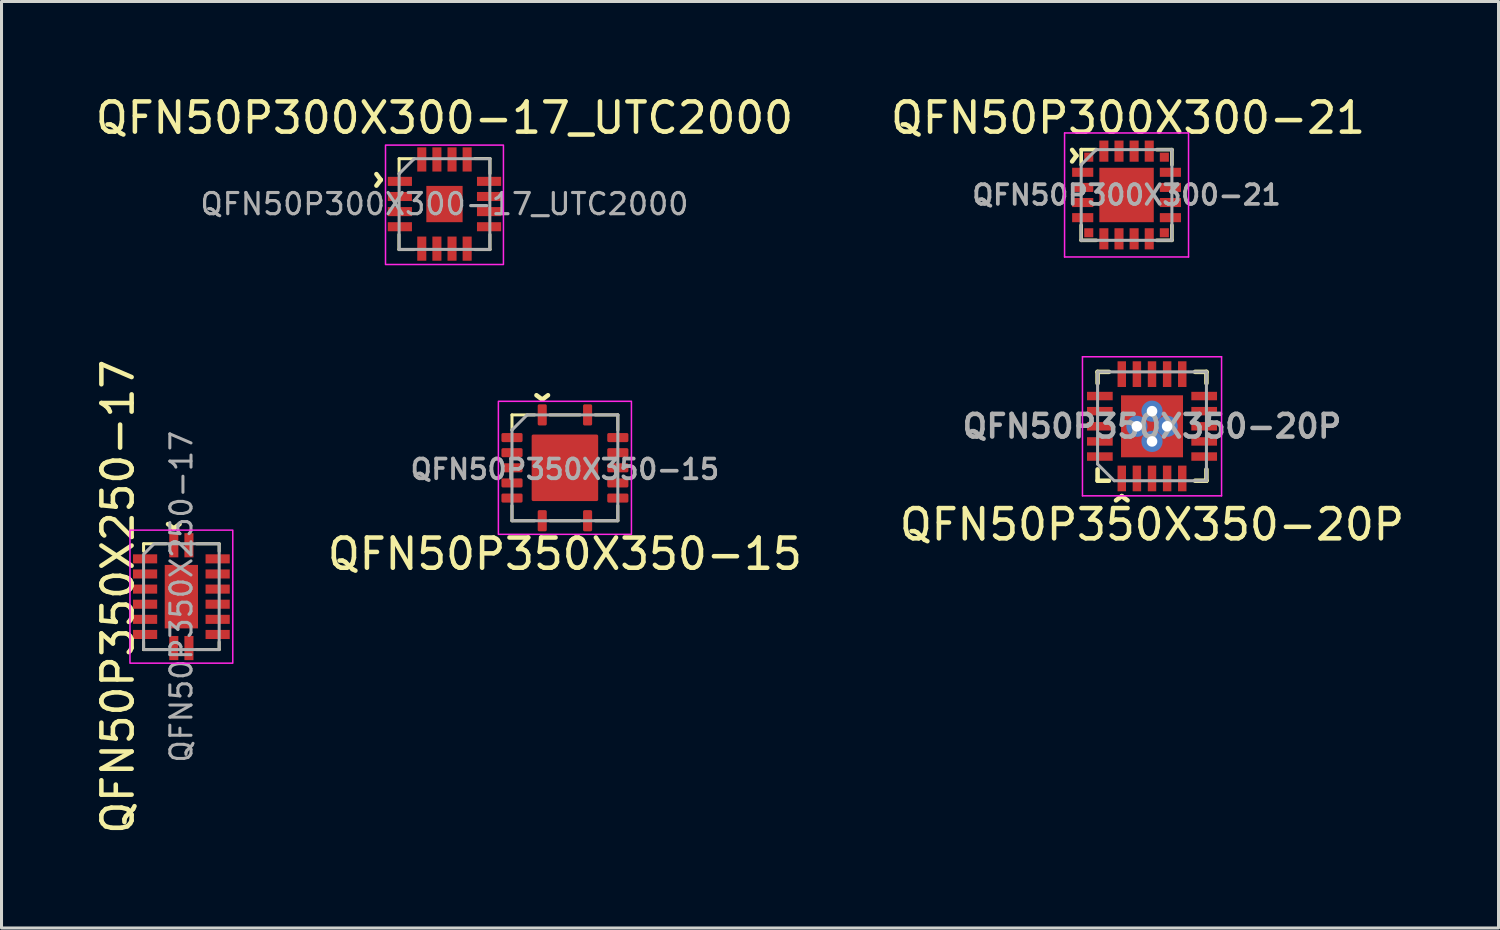
<source format=kicad_pcb>
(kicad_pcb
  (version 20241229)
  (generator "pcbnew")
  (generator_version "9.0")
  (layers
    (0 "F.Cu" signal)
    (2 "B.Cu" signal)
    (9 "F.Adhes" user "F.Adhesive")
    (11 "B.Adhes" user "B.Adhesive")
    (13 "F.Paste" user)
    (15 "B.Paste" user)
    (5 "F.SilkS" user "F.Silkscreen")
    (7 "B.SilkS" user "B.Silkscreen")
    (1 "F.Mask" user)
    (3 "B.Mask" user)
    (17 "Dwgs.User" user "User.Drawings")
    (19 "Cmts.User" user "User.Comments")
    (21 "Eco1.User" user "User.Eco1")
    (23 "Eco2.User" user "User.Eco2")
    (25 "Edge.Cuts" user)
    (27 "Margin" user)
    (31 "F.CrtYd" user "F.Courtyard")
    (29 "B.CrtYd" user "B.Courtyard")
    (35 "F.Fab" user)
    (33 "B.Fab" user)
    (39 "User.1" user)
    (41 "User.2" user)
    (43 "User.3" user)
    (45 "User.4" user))
  (footprint "QFN50P350X350-20P"
    (layer "F.Cu")
    (at 35.048 11.048)
    (property "Reference" "QFN50P350X350-20P" (at 0 3.25 0) (layer "F.SilkS") (effects (font (size 1 1) (thickness 0.15))))
    (attr smd)
    (fp_line (start -1.8 -1.8) (end -1.8 -1.425) (stroke (width 0.15) (type solid)) (layer "F.SilkS"))
    (fp_line (start -1.8 -1.8) (end -1.425 -1.8) (stroke (width 0.15) (type solid)) (layer "F.SilkS"))
    (fp_line (start -1.8 1.8) (end -1.8 1.425) (stroke (width 0.15) (type solid)) (layer "F.SilkS"))
    (fp_line (start -1.8 1.8) (end -1.425 1.8) (stroke (width 0.15) (type solid)) (layer "F.SilkS"))
    (fp_line (start 1.8 -1.8) (end 1.425 -1.8) (stroke (width 0.15) (type solid)) (layer "F.SilkS"))
    (fp_line (start 1.8 -1.8) (end 1.8 -1.425) (stroke (width 0.15) (type solid)) (layer "F.SilkS"))
    (fp_line (start 1.8 1.8) (end 1.425 1.8) (stroke (width 0.15) (type solid)) (layer "F.SilkS"))
    (fp_line (start 1.8 1.8) (end 1.8 1.425) (stroke (width 0.15) (type solid)) (layer "F.SilkS"))
    (fp_line (start -2.3 -2.3) (end 2.3 -2.3) (stroke (width 0.05) (type solid)) (layer "F.CrtYd"))
    (fp_line (start -2.3 2.3) (end -2.3 -2.3) (stroke (width 0.05) (type solid)) (layer "F.CrtYd"))
    (fp_line (start -2.3 2.3) (end 2.3 2.3) (stroke (width 0.05) (type solid)) (layer "F.CrtYd"))
    (fp_line (start 2.3 2.3) (end 2.3 -2.3) (stroke (width 0.05) (type solid)) (layer "F.CrtYd"))
    (fp_line (start -1.8 -1.8) (end -1.8 1.25) (stroke (width 0.1) (type solid)) (layer "F.Fab"))
    (fp_line (start -1.8 1.25) (end -1.25 1.8) (stroke (width 0.1) (type solid)) (layer "F.Fab"))
    (fp_line (start -1.25 1.8) (end 1.8 1.8) (stroke (width 0.1) (type solid)) (layer "F.Fab"))
    (fp_line (start 1.8 -1.8) (end -1.8 -1.8) (stroke (width 0.1) (type solid)) (layer "F.Fab"))
    (fp_line (start 1.8 1.8) (end 1.8 -1.8) (stroke (width 0.1) (type solid)) (layer "F.Fab"))
    (fp_text user "^" (at -1 2.9 0) (unlocked yes) (layer "F.SilkS") (effects (font (size 1 1) (thickness 0.15))))
    (fp_text user "${REFERENCE}" (at 0 0 0) (unlocked yes) (layer "F.Fab") (effects (font (size 0.75 0.75) (thickness 0.15))))
    (pad "1" smd rect (at -1 1.725) (size 0.28 0.85) (layers "F.Cu" "F.Mask" "F.Paste"))
    (pad "2" smd rect (at -0.5 1.725) (size 0.28 0.85) (layers "F.Cu" "F.Mask" "F.Paste"))
    (pad "3" smd rect (at 0 1.725) (size 0.28 0.85) (layers "F.Cu" "F.Mask" "F.Paste"))
    (pad "4" smd rect (at 0.5 1.725) (size 0.28 0.85) (layers "F.Cu" "F.Mask" "F.Paste"))
    (pad "5" smd rect (at 1 1.725) (size 0.28 0.85) (layers "F.Cu" "F.Mask" "F.Paste"))
    (pad "6" smd rect (at 1.725 1 90) (size 0.28 0.85) (layers "F.Cu" "F.Mask" "F.Paste"))
    (pad "7" smd rect (at 1.725 0.5 90) (size 0.28 0.85) (layers "F.Cu" "F.Mask" "F.Paste"))
    (pad "8" smd rect (at 1.725 0 90) (size 0.28 0.85) (layers "F.Cu" "F.Mask" "F.Paste"))
    (pad "9" smd rect (at 1.725 -0.5 90) (size 0.28 0.85) (layers "F.Cu" "F.Mask" "F.Paste"))
    (pad "10" smd rect (at 1.725 -1 90) (size 0.28 0.85) (layers "F.Cu" "F.Mask" "F.Paste"))
    (pad "11" smd rect (at 1 -1.725) (size 0.28 0.85) (layers "F.Cu" "F.Mask" "F.Paste"))
    (pad "12" smd rect (at 0.5 -1.725) (size 0.28 0.85) (layers "F.Cu" "F.Mask" "F.Paste"))
    (pad "13" smd rect (at 0 -1.725) (size 0.28 0.85) (layers "F.Cu" "F.Mask" "F.Paste"))
    (pad "14" smd rect (at -0.5 -1.725) (size 0.28 0.85) (layers "F.Cu" "F.Mask" "F.Paste"))
    (pad "15" smd rect (at -1 -1.725) (size 0.28 0.85) (layers "F.Cu" "F.Mask" "F.Paste"))
    (pad "16" smd rect (at -1.725 -1 90) (size 0.28 0.85) (layers "F.Cu" "F.Mask" "F.Paste"))
    (pad "17" smd rect (at -1.725 -0.5 90) (size 0.28 0.85) (layers "F.Cu" "F.Mask" "F.Paste"))
    (pad "18" smd rect (at -1.725 0 90) (size 0.28 0.85) (layers "F.Cu" "F.Mask" "F.Paste"))
    (pad "19" smd rect (at -1.725 0.5 90) (size 0.28 0.85) (layers "F.Cu" "F.Mask" "F.Paste"))
    (pad "20" smd rect (at -1.725 1 90) (size 0.28 0.85) (layers "F.Cu" "F.Mask" "F.Paste"))
    (pad "21" smd rect (at -0.575 -0.575) (size 0.82 0.82) (layers "F.Cu" "F.Paste"))
    (pad "21" smd rect (at -0.575 0.575) (size 0.82 0.82) (layers "F.Cu" "F.Paste"))
    (pad "21" thru_hole circle (at -0.5 0) (size 0.7 0.7) (drill 0.35) (layers "*.Cu"))
    (pad "21" thru_hole circle (at 0 -0.5) (size 0.7 0.7) (drill 0.35) (layers "*.Cu"))
    (pad "21" smd rect (at 0 0) (size 2.05 2.05) (layers "F.Cu" "F.Mask"))
    (pad "21" thru_hole circle (at 0 0.5) (size 0.7 0.7) (drill 0.35) (layers "*.Cu"))
    (pad "21" thru_hole circle (at 0.5 0) (size 0.7 0.7) (drill 0.35) (layers "*.Cu"))
    (pad "21" smd rect (at 0.575 -0.575) (size 0.82 0.82) (layers "F.Cu" "F.Paste"))
    (pad "21" smd rect (at 0.575 0.575) (size 0.82 0.82) (layers "F.Cu" "F.Paste")))
  (footprint "QFN50P300X300-21"
    (layer "F.Cu")
    (at 34.206 3.398)
    (property "Reference" "QFN50P300X300-21" (at 0.05 -2.55 0) (layer "F.SilkS") (effects (font (size 1 1) (thickness 0.15))))
    (attr smd)
    (fp_line (start -1.5 -1.5) (end -1 -1.5) (stroke (width 0.12) (type solid)) (layer "F.SilkS"))
    (fp_line (start -1.5 -1) (end -1.5 -1.5) (stroke (width 0.12) (type solid)) (layer "F.SilkS"))
    (fp_line (start -1.5 1.5) (end -1.5 1) (stroke (width 0.12) (type solid)) (layer "F.SilkS"))
    (fp_line (start -1 1.5) (end -1.5 1.5) (stroke (width 0.12) (type solid)) (layer "F.SilkS"))
    (fp_line (start 1 -1.5) (end 1.5 -1.5) (stroke (width 0.12) (type solid)) (layer "F.SilkS"))
    (fp_line (start 1 1.5) (end 1.5 1.5) (stroke (width 0.12) (type solid)) (layer "F.SilkS"))
    (fp_line (start 1.5 -1.5) (end 1.5 -1) (stroke (width 0.12) (type solid)) (layer "F.SilkS"))
    (fp_line (start 1.5 1.5) (end 1.5 1) (stroke (width 0.12) (type solid)) (layer "F.SilkS"))
    (fp_line (start -2.05 -2.05) (end -2.05 2.05) (stroke (width 0.05) (type solid)) (layer "F.CrtYd"))
    (fp_line (start -2.05 2.05) (end 2.05 2.05) (stroke (width 0.05) (type solid)) (layer "F.CrtYd"))
    (fp_line (start 2.05 -2.05) (end -2.05 -2.05) (stroke (width 0.05) (type solid)) (layer "F.CrtYd"))
    (fp_line (start 2.05 2.05) (end 2.05 -2.05) (stroke (width 0.05) (type solid)) (layer "F.CrtYd"))
    (fp_line (start -1.5 -1) (end -1.5 1.5) (stroke (width 0.1) (type solid)) (layer "F.Fab"))
    (fp_line (start -1.5 1.5) (end 1.5 1.5) (stroke (width 0.1) (type solid)) (layer "F.Fab"))
    (fp_line (start -1 -1.5) (end -1.5 -1) (stroke (width 0.1) (type solid)) (layer "F.Fab"))
    (fp_line (start 1.5 -1.5) (end -1 -1.5) (stroke (width 0.1) (type solid)) (layer "F.Fab"))
    (fp_line (start 1.5 1.5) (end 1.5 -1.5) (stroke (width 0.1) (type solid)) (layer "F.Fab"))
    (fp_text user "^" (at -2.25 -1.3 270) (unlocked yes) (layer "F.SilkS") (effects (font (size 1 1) (thickness 0.15))))
    (fp_text user "${REFERENCE}" (at 0 0 0) (layer "F.Fab") (effects (font (size 0.65 0.65) (thickness 0.125))))
    (pad "" smd rect (at -0.45 -0.45) (size 0.54 0.54) (layers "F.Paste"))
    (pad "" smd rect (at -0.45 0.45) (size 0.54 0.54) (layers "F.Paste"))
    (pad "" smd rect (at 0.45 -0.45) (size 0.54 0.54) (layers "F.Paste"))
    (pad "" smd rect (at 0.45 0.45) (size 0.54 0.54) (layers "F.Paste"))
    (pad "1" smd rect (at -1.25 -1.25) (size 0.3 0.3) (layers "F.Cu" "F.Mask" "F.Paste"))
    (pad "2" smd rect (at -1.45 -0.75) (size 0.7 0.3) (layers "F.Cu" "F.Mask" "F.Paste"))
    (pad "3" smd rect (at -1.45 -0.25) (size 0.7 0.3) (layers "F.Cu" "F.Mask" "F.Paste"))
    (pad "4" smd rect (at -1.45 0.25) (size 0.7 0.3) (layers "F.Cu" "F.Mask" "F.Paste"))
    (pad "5" smd rect (at -1.45 0.75) (size 0.7 0.3) (layers "F.Cu" "F.Mask" "F.Paste"))
    (pad "6" smd rect (at -1.25 1.25) (size 0.3 0.3) (layers "F.Cu" "F.Mask" "F.Paste"))
    (pad "7" smd rect (at -0.75 1.45 90) (size 0.7 0.3) (layers "F.Cu" "F.Mask" "F.Paste"))
    (pad "8" smd rect (at -0.25 1.45 90) (size 0.7 0.3) (layers "F.Cu" "F.Mask" "F.Paste"))
    (pad "9" smd rect (at 0.25 1.45 90) (size 0.7 0.3) (layers "F.Cu" "F.Mask" "F.Paste"))
    (pad "10" smd rect (at 0.75 1.45 90) (size 0.7 0.3) (layers "F.Cu" "F.Mask" "F.Paste"))
    (pad "11" smd rect (at 1.25 1.25) (size 0.3 0.3) (layers "F.Cu" "F.Mask" "F.Paste"))
    (pad "12" smd rect (at 1.45 0.75) (size 0.7 0.3) (layers "F.Cu" "F.Mask" "F.Paste"))
    (pad "13" smd rect (at 1.45 0.25) (size 0.7 0.3) (layers "F.Cu" "F.Mask" "F.Paste"))
    (pad "14" smd rect (at 1.45 -0.25) (size 0.7 0.3) (layers "F.Cu" "F.Mask" "F.Paste"))
    (pad "15" smd rect (at 1.45 -0.75) (size 0.7 0.3) (layers "F.Cu" "F.Mask" "F.Paste"))
    (pad "16" smd rect (at 1.25 -1.25) (size 0.3 0.3) (layers "F.Cu" "F.Mask" "F.Paste"))
    (pad "17" smd rect (at 0.75 -1.45 90) (size 0.7 0.3) (layers "F.Cu" "F.Mask" "F.Paste"))
    (pad "18" smd rect (at 0.25 -1.45 90) (size 0.7 0.3) (layers "F.Cu" "F.Mask" "F.Paste"))
    (pad "19" smd rect (at -0.25 -1.45 90) (size 0.7 0.3) (layers "F.Cu" "F.Mask" "F.Paste"))
    (pad "20" smd rect (at -0.75 -1.45 90) (size 0.7 0.3) (layers "F.Cu" "F.Mask" "F.Paste"))
    (pad "21" smd rect (at 0 0) (size 1.8 1.8) (layers "F.Cu" "F.Mask")))
  (footprint "QFN50P350X350-15"
    (layer "F.Cu")
    (at 15.632 12.421)
    (property "Reference" "QFN50P350X350-15" (at 0 2.85 0) (unlocked yes) (layer "F.SilkS") (effects (font (size 1 1) (thickness 0.15))))
    (attr smd)
    (fp_line (start -1.75 -1.75) (end -1 -1.75) (stroke (width 0.1) (type solid)) (layer "F.SilkS"))
    (fp_line (start -1.75 -1.25) (end -1.75 -1.75) (stroke (width 0.1) (type solid)) (layer "F.SilkS"))
    (fp_line (start -1.75 1.75) (end -1.75 1.25) (stroke (width 0.1) (type solid)) (layer "F.SilkS"))
    (fp_line (start -1 1.75) (end -1.75 1.75) (stroke (width 0.1) (type solid)) (layer "F.SilkS"))
    (fp_line (start -0.5 -1.75) (end 0.5 -1.75) (stroke (width 0.1) (type solid)) (layer "F.SilkS"))
    (fp_line (start 0.5 1.75) (end -0.5 1.75) (stroke (width 0.1) (type solid)) (layer "F.SilkS"))
    (fp_line (start 1 -1.75) (end 1.75 -1.75) (stroke (width 0.1) (type solid)) (layer "F.SilkS"))
    (fp_line (start 1.75 -1.75) (end 1.75 -1.25) (stroke (width 0.1) (type solid)) (layer "F.SilkS"))
    (fp_line (start 1.75 1.25) (end 1.75 1.75) (stroke (width 0.1) (type solid)) (layer "F.SilkS"))
    (fp_line (start 1.75 1.75) (end 1 1.75) (stroke (width 0.1) (type solid)) (layer "F.SilkS"))
    (fp_rect (start -2.2 -2.2) (end 2.2 2.2) (stroke (width 0.05) (type solid)) (fill no) (layer "F.CrtYd"))
    (fp_line (start -1.75 1.75) (end -1.75 -1.25) (stroke (width 0.1) (type solid)) (layer "F.Fab"))
    (fp_line (start -1.25 -1.75) (end -1.75 -1.25) (stroke (width 0.1) (type solid)) (layer "F.Fab"))
    (fp_line (start -1.25 -1.75) (end 1.75 -1.75) (stroke (width 0.1) (type solid)) (layer "F.Fab"))
    (fp_line (start 1.75 -1.75) (end 1.75 1.75) (stroke (width 0.1) (type solid)) (layer "F.Fab"))
    (fp_line (start 1.75 1.75) (end -1.75 1.75) (stroke (width 0.1) (type solid)) (layer "F.Fab"))
    (fp_text user "^" (at -0.75 -2.85 180) (unlocked yes) (layer "F.SilkS") (effects (font (size 1 1) (thickness 0.15))))
    (fp_text user "${REFERENCE}" (at 0 0.05 0) (layer "F.Fab") (effects (font (size 0.65 0.65) (thickness 0.125))))
    (pad "" smd roundrect (at -0.6 -0.6) (size 0.9 0.9) (layers "F.Paste") (roundrect_rratio 0.056))
    (pad "" smd roundrect (at -0.6 0.6) (size 0.9 0.9) (layers "F.Paste") (roundrect_rratio 0.056))
    (pad "" smd roundrect (at 0.6 -0.6) (size 0.9 0.9) (layers "F.Paste") (roundrect_rratio 0.056))
    (pad "" smd roundrect (at 0.6 0.6) (size 0.9 0.9) (layers "F.Paste") (roundrect_rratio 0.056))
    (pad "1" smd roundrect (at -0.75 -1.75) (size 0.3 0.7) (layers "F.Cu" "F.Mask" "F.Paste") (roundrect_rratio 0.167))
    (pad "2" smd roundrect (at -1.75 -1 270) (size 0.3 0.7) (layers "F.Cu" "F.Mask" "F.Paste") (roundrect_rratio 0.167))
    (pad "3" smd roundrect (at -1.75 -0.5 270) (size 0.3 0.7) (layers "F.Cu" "F.Mask" "F.Paste") (roundrect_rratio 0.167))
    (pad "4" smd roundrect (at -1.75 0 270) (size 0.3 0.7) (layers "F.Cu" "F.Mask" "F.Paste") (roundrect_rratio 0.167))
    (pad "5" smd roundrect (at -1.75 0.5 270) (size 0.3 0.7) (layers "F.Cu" "F.Mask" "F.Paste") (roundrect_rratio 0.167))
    (pad "6" smd roundrect (at -1.75 1 270) (size 0.3 0.7) (layers "F.Cu" "F.Mask" "F.Paste") (roundrect_rratio 0.167))
    (pad "7" smd roundrect (at -0.75 1.75) (size 0.3 0.7) (layers "F.Cu" "F.Mask" "F.Paste") (roundrect_rratio 0.167))
    (pad "8" smd roundrect (at 0.75 1.75) (size 0.3 0.7) (layers "F.Cu" "F.Mask" "F.Paste") (roundrect_rratio 0.167))
    (pad "9" smd roundrect (at 1.75 1 270) (size 0.3 0.7) (layers "F.Cu" "F.Mask" "F.Paste") (roundrect_rratio 0.167))
    (pad "10" smd roundrect (at 1.75 0.5 270) (size 0.3 0.7) (layers "F.Cu" "F.Mask" "F.Paste") (roundrect_rratio 0.167))
    (pad "11" smd roundrect (at 1.75 0 270) (size 0.3 0.7) (layers "F.Cu" "F.Mask" "F.Paste") (roundrect_rratio 0.167))
    (pad "12" smd roundrect (at 1.75 -0.5 270) (size 0.3 0.7) (layers "F.Cu" "F.Mask" "F.Paste") (roundrect_rratio 0.167))
    (pad "13" smd roundrect (at 1.75 -1 270) (size 0.3 0.7) (layers "F.Cu" "F.Mask" "F.Paste") (roundrect_rratio 0.167))
    (pad "14" smd roundrect (at 0.75 -1.75) (size 0.3 0.7) (layers "F.Cu" "F.Mask" "F.Paste") (roundrect_rratio 0.167))
    (pad "15" smd roundrect (at 0 0) (size 2.2 2.2) (layers "F.Cu" "F.Mask") (roundrect_rratio 0.023)))
  (footprint "QFN50P350X250-17"
    (layer "F.Cu")
    (at 2.948 16.682)
    (property "Reference" "QFN50P350X250-17" (at -2.1 0 90) (unlocked yes) (layer "F.SilkS") (effects (font (size 1 1) (thickness 0.15))))
    (attr smd)
    (fp_line (start -1.25 -1.75) (end -1.25 -1.5) (stroke (width 0.1) (type solid)) (layer "F.SilkS"))
    (fp_line (start -1.25 1.5) (end -1.25 1.75) (stroke (width 0.1) (type solid)) (layer "F.SilkS"))
    (fp_line (start -1.25 1.75) (end -0.5 1.75) (stroke (width 0.1) (type solid)) (layer "F.SilkS"))
    (fp_line (start -0.5 -1.75) (end -1.25 -1.75) (stroke (width 0.1) (type solid)) (layer "F.SilkS"))
    (fp_line (start 0.5 -1.75) (end 1.25 -1.75) (stroke (width 0.1) (type solid)) (layer "F.SilkS"))
    (fp_line (start 1.25 -1.75) (end 1.25 -1.5) (stroke (width 0.1) (type solid)) (layer "F.SilkS"))
    (fp_line (start 1.25 1.5) (end 1.25 1.75) (stroke (width 0.1) (type solid)) (layer "F.SilkS"))
    (fp_line (start 1.25 1.75) (end 0.5 1.75) (stroke (width 0.1) (type solid)) (layer "F.SilkS"))
    (fp_rect (start -1.7 -2.2) (end 1.7 2.2) (stroke (width 0.05) (type solid)) (fill no) (layer "F.CrtYd"))
    (fp_poly (pts (xy 1.25 1.75) (xy -1.25 1.75) (xy -1.25 -1.4) (xy -0.9 -1.75) (xy 1.25 -1.75)) (stroke (width 0.1) (type solid)) (fill no) (layer "F.Fab"))
    (fp_text user "^" (at -0.25 -2.85 180) (unlocked yes) (layer "F.SilkS") (effects (font (size 1 1) (thickness 0.15))))
    (fp_text user "${REFERENCE}" (at 0 0 90) (unlocked yes) (layer "F.Fab") (effects (font (size 0.7 0.7) (thickness 0.1))))
    (pad "1" smd rect (at -0.25 -1.7 90) (size 0.8 0.3) (layers "F.Cu" "F.Mask" "F.Paste"))
    (pad "2" smd rect (at -1.2 -1.25 180) (size 0.8 0.3) (layers "F.Cu" "F.Mask" "F.Paste"))
    (pad "3" smd rect (at -1.2 -0.75 180) (size 0.8 0.3) (layers "F.Cu" "F.Mask" "F.Paste"))
    (pad "4" smd rect (at -1.2 -0.25 180) (size 0.8 0.3) (layers "F.Cu" "F.Mask" "F.Paste"))
    (pad "5" smd rect (at -1.2 0.25 180) (size 0.8 0.3) (layers "F.Cu" "F.Mask" "F.Paste"))
    (pad "6" smd rect (at -1.2 0.75 180) (size 0.8 0.3) (layers "F.Cu" "F.Mask" "F.Paste"))
    (pad "7" smd rect (at -1.2 1.25 180) (size 0.8 0.3) (layers "F.Cu" "F.Mask" "F.Paste"))
    (pad "8" smd rect (at -0.25 1.7 90) (size 0.8 0.3) (layers "F.Cu" "F.Mask" "F.Paste"))
    (pad "9" smd rect (at 0.25 1.7 90) (size 0.8 0.3) (layers "F.Cu" "F.Mask" "F.Paste"))
    (pad "10" smd rect (at 1.2 1.25 180) (size 0.8 0.3) (layers "F.Cu" "F.Mask" "F.Paste"))
    (pad "11" smd rect (at 1.2 0.75 180) (size 0.8 0.3) (layers "F.Cu" "F.Mask" "F.Paste"))
    (pad "12" smd rect (at 1.2 0.25 180) (size 0.8 0.3) (layers "F.Cu" "F.Mask" "F.Paste"))
    (pad "13" smd rect (at 1.2 -0.25 180) (size 0.8 0.3) (layers "F.Cu" "F.Mask" "F.Paste"))
    (pad "14" smd rect (at 1.2 -0.75 180) (size 0.8 0.3) (layers "F.Cu" "F.Mask" "F.Paste"))
    (pad "15" smd rect (at 1.2 -1.25 180) (size 0.8 0.3) (layers "F.Cu" "F.Mask" "F.Paste"))
    (pad "16" smd rect (at 0.25 -1.7 90) (size 0.8 0.3) (layers "F.Cu" "F.Mask" "F.Paste"))
    (pad "17" smd rect (at 0 0 180) (size 1.1 2.1) (layers "F.Cu" "F.Mask" "F.Paste")))
  (footprint "QFN50P300X300-17_UTC2000"
    (layer "F.Cu")
    (at 11.649 3.698)
    (property "Reference" "QFN50P300X300-17_UTC2000" (at 0 -2.85 0) (layer "F.SilkS") (effects (font (size 1 1) (thickness 0.15))))
    (attr smd)
    (fp_line (start -1.505 1.505) (end -1.505 1.005) (stroke (width 0.1) (type solid)) (layer "F.SilkS"))
    (fp_line (start -1.505 1.505) (end -1.005 1.505) (stroke (width 0.1) (type solid)) (layer "F.SilkS"))
    (fp_line (start -1.5 -1.5) (end -1.5 -1) (stroke (width 0.1) (type solid)) (layer "F.SilkS"))
    (fp_line (start -1.5 -1.5) (end -1 -1.5) (stroke (width 0.1) (type solid)) (layer "F.SilkS"))
    (fp_line (start 1.505 -1.505) (end 1.005 -1.505) (stroke (width 0.1) (type solid)) (layer "F.SilkS"))
    (fp_line (start 1.505 -1.505) (end 1.505 -1.005) (stroke (width 0.1) (type solid)) (layer "F.SilkS"))
    (fp_line (start 1.505 1.505) (end 1.005 1.505) (stroke (width 0.1) (type solid)) (layer "F.SilkS"))
    (fp_line (start 1.505 1.505) (end 1.505 1.005) (stroke (width 0.1) (type solid)) (layer "F.SilkS"))
    (fp_rect (start 1.95 -1.95) (end -1.95 2) (stroke (width 0.05) (type solid)) (fill no) (layer "F.CrtYd"))
    (fp_line (start -1.5 -1) (end -1 -1.5) (stroke (width 0.1) (type solid)) (layer "F.Fab"))
    (fp_line (start -1.5 1.5) (end -1.5 -1) (stroke (width 0.1) (type solid)) (layer "F.Fab"))
    (fp_line (start -1 -1.5) (end 1.5 -1.5) (stroke (width 0.1) (type solid)) (layer "F.Fab"))
    (fp_line (start 1.5 -1.5) (end 1.5 1.5) (stroke (width 0.1) (type solid)) (layer "F.Fab"))
    (fp_line (start 1.5 1.5) (end -1.5 1.5) (stroke (width 0.1) (type solid)) (layer "F.Fab"))
    (fp_text user "^" (at -2.7 -0.8 270) (unlocked yes) (layer "F.SilkS") (effects (font (size 1 1) (thickness 0.15))))
    (fp_text user "${REFERENCE}" (at 0 0 0) (layer "F.Fab") (effects (font (size 0.7 0.7) (thickness 0.105))))
    (pad "" smd rect (at 0 0) (size 0.9 0.9) (layers "F.Paste"))
    (pad "1" smd rect (at -1.475 -0.75) (size 0.8 0.3) (layers "F.Cu" "F.Mask" "F.Paste"))
    (pad "2" smd rect (at -1.475 -0.25) (size 0.8 0.3) (layers "F.Cu" "F.Mask" "F.Paste"))
    (pad "3" smd rect (at -1.475 0.25) (size 0.8 0.3) (layers "F.Cu" "F.Mask" "F.Paste"))
    (pad "4" smd rect (at -1.475 0.75) (size 0.8 0.3) (layers "F.Cu" "F.Mask" "F.Paste"))
    (pad "5" smd rect (at -0.75 1.475 90) (size 0.8 0.3) (layers "F.Cu" "F.Mask" "F.Paste"))
    (pad "6" smd rect (at -0.25 1.475 90) (size 0.8 0.3) (layers "F.Cu" "F.Mask" "F.Paste"))
    (pad "7" smd rect (at 0.25 1.475 90) (size 0.8 0.3) (layers "F.Cu" "F.Mask" "F.Paste"))
    (pad "8" smd rect (at 0.75 1.475 90) (size 0.8 0.3) (layers "F.Cu" "F.Mask" "F.Paste"))
    (pad "9" smd rect (at 1.475 0.75) (size 0.8 0.3) (layers "F.Cu" "F.Mask" "F.Paste"))
    (pad "10" smd rect (at 1.475 0.25) (size 0.8 0.3) (layers "F.Cu" "F.Mask" "F.Paste"))
    (pad "11" smd rect (at 1.475 -0.25) (size 0.8 0.3) (layers "F.Cu" "F.Mask" "F.Paste"))
    (pad "12" smd rect (at 1.475 -0.75) (size 0.8 0.3) (layers "F.Cu" "F.Mask" "F.Paste"))
    (pad "13" smd rect (at 0.75 -1.475 90) (size 0.8 0.3) (layers "F.Cu" "F.Mask" "F.Paste"))
    (pad "14" smd rect (at 0.25 -1.475 90) (size 0.8 0.3) (layers "F.Cu" "F.Mask" "F.Paste"))
    (pad "15" smd rect (at -0.25 -1.475 90) (size 0.8 0.3) (layers "F.Cu" "F.Mask" "F.Paste"))
    (pad "16" smd rect (at -0.75 -1.475 90) (size 0.8 0.3) (layers "F.Cu" "F.Mask" "F.Paste"))
    (pad "17" smd rect (at 0 0) (size 1.2 1.2) (layers "F.Cu" "F.Mask")))
  (gr_rect
    (start -3 -3)
    (end 46.507 27.64)
    (stroke (width 0.1) (type default))
    (fill no)
    (layer "Edge.Cuts")))
</source>
